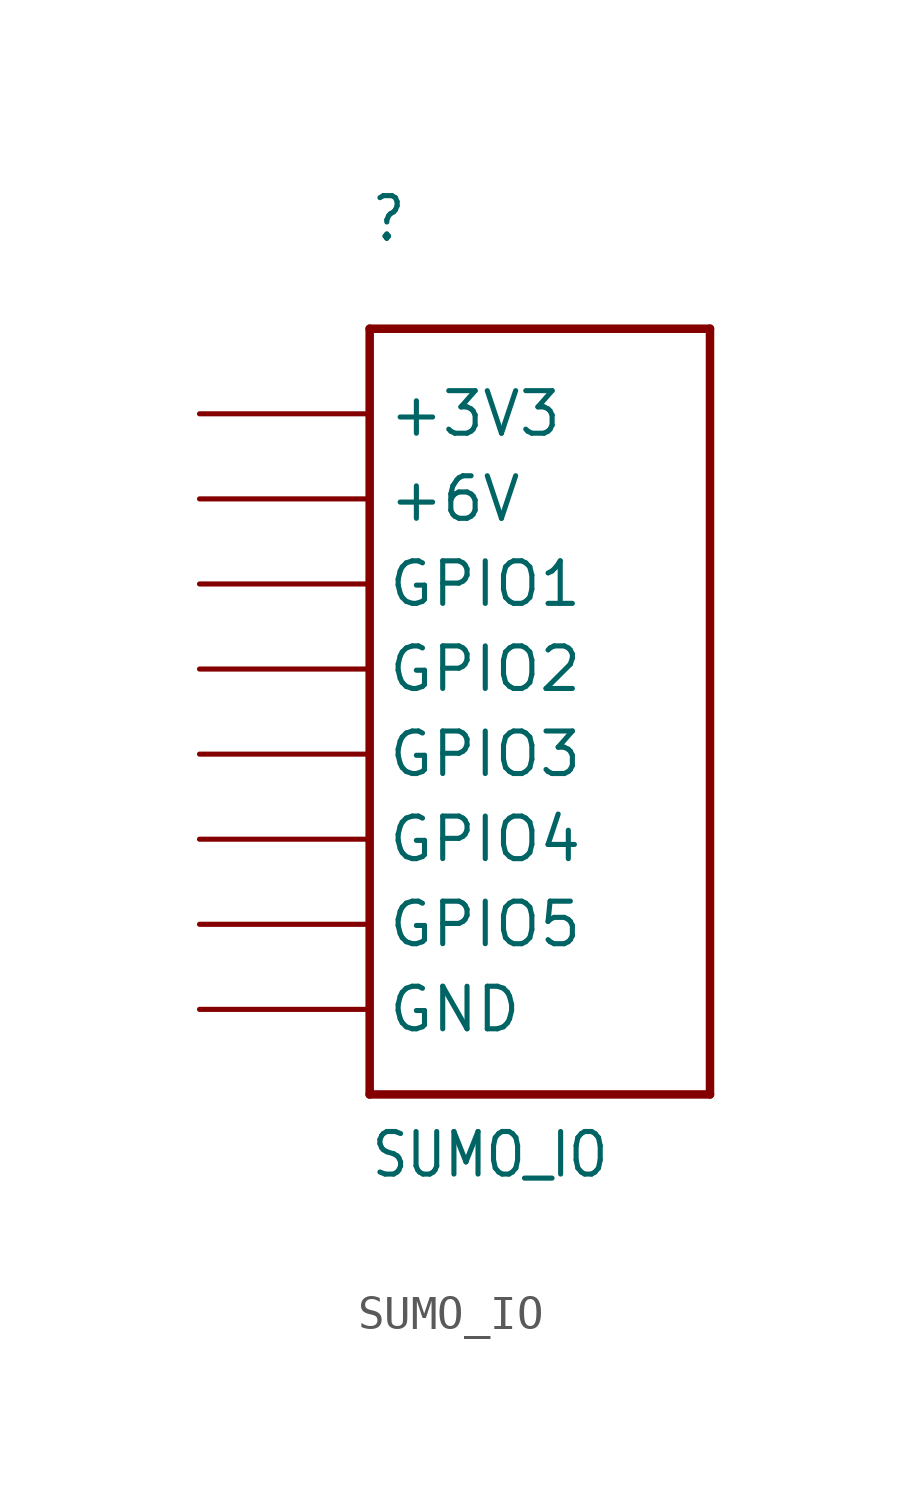
<source format=kicad_sym>
(kicad_symbol_lib
  (version 20211014)
  (generator kicad_symbol_editor)
  (symbol "SUMO_IO"
    (property "Reference" ""
      (at -7.62 22.86 0)
      (effects (font (size 1.27 1.079)) (justify left bottom)))
    (property "Value" "SUMO_IO"
      (at -7.62 -5.08 0)
      (effects (font (size 1.27 1.079)) (justify left bottom)))
    (property "ki_locked" ""
      (at 0 0 0)
      (effects (font (size 1.27 1.27))))
    (symbol "SUMO_IO_1_0"
      (polyline (pts (xy -7.62 -2.54) (xy 2.54 -2.54)) (stroke (width 0.254) (type default) (color 0 0 0 0)) (fill (type none)))
      (polyline (pts (xy -7.62 20.32) (xy -7.62 -2.54)) (stroke (width 0.254) (type default) (color 0 0 0 0)) (fill (type none)))
      (polyline (pts (xy 2.54 -2.54) (xy 2.54 20.32)) (stroke (width 0.254) (type default) (color 0 0 0 0)) (fill (type none)))
      (polyline (pts (xy 2.54 20.32) (xy -7.62 20.32)) (stroke (width 0.254) (type default) (color 0 0 0 0)) (fill (type none)))
      (pin bidirectional line (at -12.7 17.78 0) (length 5.08) (name "+3V3" (effects (font (size 1.27 1.27)))) (number "3V3" (effects (font (size 0 0)))))
      (pin bidirectional line (at -12.7 15.24 0) (length 5.08) (name "+6V" (effects (font (size 1.27 1.27)))) (number "6V" (effects (font (size 0 0)))))
      (pin bidirectional line (at -12.7 0 0) (length 5.08) (name "GND" (effects (font (size 1.27 1.27)))) (number "GND" (effects (font (size 0 0)))))
      (pin bidirectional line (at -12.7 12.7 0) (length 5.08) (name "GPIO1" (effects (font (size 1.27 1.27)))) (number "GPIO1" (effects (font (size 0 0)))))
      (pin bidirectional line (at -12.7 10.16 0) (length 5.08) (name "GPIO2" (effects (font (size 1.27 1.27)))) (number "GPIO2" (effects (font (size 0 0)))))
      (pin bidirectional line (at -12.7 7.62 0) (length 5.08) (name "GPIO3" (effects (font (size 1.27 1.27)))) (number "GPIO3" (effects (font (size 0 0)))))
      (pin bidirectional line (at -12.7 5.08 0) (length 5.08) (name "GPIO4" (effects (font (size 1.27 1.27)))) (number "GPIO4" (effects (font (size 0 0)))))
      (pin bidirectional line (at -12.7 2.54 0) (length 5.08) (name "GPIO5" (effects (font (size 1.27 1.27)))) (number "GPIO5" (effects (font (size 0 0))))))))
</source>
